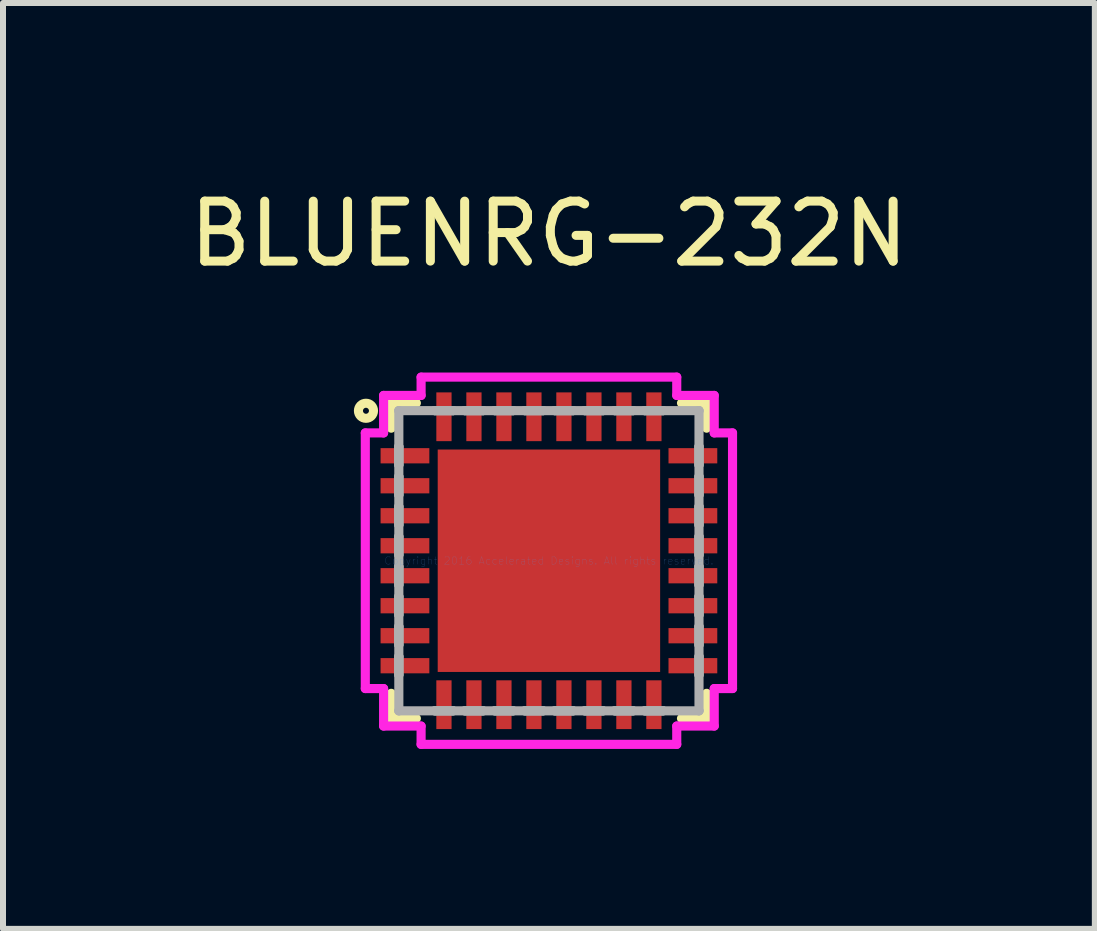
<source format=kicad_pcb>
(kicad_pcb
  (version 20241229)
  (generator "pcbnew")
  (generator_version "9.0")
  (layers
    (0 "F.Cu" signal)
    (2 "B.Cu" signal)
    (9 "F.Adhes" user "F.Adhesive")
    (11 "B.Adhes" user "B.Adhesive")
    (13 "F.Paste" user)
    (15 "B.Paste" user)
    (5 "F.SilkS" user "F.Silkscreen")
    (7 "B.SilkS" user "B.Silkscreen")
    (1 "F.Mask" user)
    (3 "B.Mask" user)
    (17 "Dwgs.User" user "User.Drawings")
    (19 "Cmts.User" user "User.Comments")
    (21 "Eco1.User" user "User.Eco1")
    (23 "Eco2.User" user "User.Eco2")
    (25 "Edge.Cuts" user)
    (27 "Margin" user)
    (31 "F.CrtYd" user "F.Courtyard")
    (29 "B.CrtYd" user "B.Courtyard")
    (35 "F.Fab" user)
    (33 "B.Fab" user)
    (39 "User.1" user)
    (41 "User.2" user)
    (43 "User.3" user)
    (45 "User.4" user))
  (footprint "BLUENRG-232N"
    (layer "F.Cu")
    (at 6.101 6.298)
    (property "Reference" "BLUENRG-232N" (at 0 -5.45 0) (layer "F.SilkS") (effects (font (size 1 1) (thickness 0.15))))
    (attr through_hole)
    (fp_line (start -2.629 -2.629) (end -2.629 -2.21) (stroke (width 0.152) (type solid)) (layer "F.SilkS"))
    (fp_line (start -2.629 2.21) (end -2.629 2.629) (stroke (width 0.152) (type solid)) (layer "F.SilkS"))
    (fp_line (start -2.629 2.629) (end -2.21 2.629) (stroke (width 0.152) (type solid)) (layer "F.SilkS"))
    (fp_line (start -2.21 -2.629) (end -2.629 -2.629) (stroke (width 0.152) (type solid)) (layer "F.SilkS"))
    (fp_line (start 2.21 2.629) (end 2.629 2.629) (stroke (width 0.152) (type solid)) (layer "F.SilkS"))
    (fp_line (start 2.629 -2.629) (end 2.21 -2.629) (stroke (width 0.152) (type solid)) (layer "F.SilkS"))
    (fp_line (start 2.629 -2.21) (end 2.629 -2.629) (stroke (width 0.152) (type solid)) (layer "F.SilkS"))
    (fp_line (start 2.629 2.629) (end 2.629 2.21) (stroke (width 0.152) (type solid)) (layer "F.SilkS"))
    (fp_circle (center -3.05 -2.5) (end -3 -2.5) (stroke (width 0.12) (type solid)) (fill no) (layer "F.SilkS"))
    (fp_circle (center -3.05 -2.5) (end -2.95 -2.6) (stroke (width 0.12) (type solid)) (fill no) (layer "F.SilkS"))
    (fp_line (start -1.754 -1.754) (end -1.754 -0.1) (stroke (width 0.152) (type solid)) (layer "F.Paste"))
    (fp_line (start -1.754 -0.1) (end -0.1 -0.1) (stroke (width 0.152) (type solid)) (layer "F.Paste"))
    (fp_line (start -1.754 0.1) (end -1.754 1.754) (stroke (width 0.152) (type solid)) (layer "F.Paste"))
    (fp_line (start -1.754 1.754) (end -0.1 1.754) (stroke (width 0.152) (type solid)) (layer "F.Paste"))
    (fp_line (start -0.1 -1.754) (end -1.754 -1.754) (stroke (width 0.152) (type solid)) (layer "F.Paste"))
    (fp_line (start -0.1 -0.1) (end -0.1 -1.754) (stroke (width 0.152) (type solid)) (layer "F.Paste"))
    (fp_line (start -0.1 0.1) (end -1.754 0.1) (stroke (width 0.152) (type solid)) (layer "F.Paste"))
    (fp_line (start -0.1 1.754) (end -0.1 0.1) (stroke (width 0.152) (type solid)) (layer "F.Paste"))
    (fp_line (start 0.1 -1.754) (end 0.1 -0.1) (stroke (width 0.152) (type solid)) (layer "F.Paste"))
    (fp_line (start 0.1 -0.1) (end 1.754 -0.1) (stroke (width 0.152) (type solid)) (layer "F.Paste"))
    (fp_line (start 0.1 0.1) (end 0.1 1.754) (stroke (width 0.152) (type solid)) (layer "F.Paste"))
    (fp_line (start 0.1 1.754) (end 1.754 1.754) (stroke (width 0.152) (type solid)) (layer "F.Paste"))
    (fp_line (start 1.754 -1.754) (end 0.1 -1.754) (stroke (width 0.152) (type solid)) (layer "F.Paste"))
    (fp_line (start 1.754 -0.1) (end 1.754 -1.754) (stroke (width 0.152) (type solid)) (layer "F.Paste"))
    (fp_line (start 1.754 0.1) (end 0.1 0.1) (stroke (width 0.152) (type solid)) (layer "F.Paste"))
    (fp_line (start 1.754 1.754) (end 1.754 0.1) (stroke (width 0.152) (type solid)) (layer "F.Paste"))
    (fp_line (start -3.061 -2.131) (end -2.756 -2.131) (stroke (width 0.152) (type solid)) (layer "F.CrtYd"))
    (fp_line (start -3.061 2.131) (end -3.061 -2.131) (stroke (width 0.152) (type solid)) (layer "F.CrtYd"))
    (fp_line (start -2.756 -2.756) (end -2.131 -2.756) (stroke (width 0.152) (type solid)) (layer "F.CrtYd"))
    (fp_line (start -2.756 -2.131) (end -2.756 -2.756) (stroke (width 0.152) (type solid)) (layer "F.CrtYd"))
    (fp_line (start -2.756 2.131) (end -3.061 2.131) (stroke (width 0.152) (type solid)) (layer "F.CrtYd"))
    (fp_line (start -2.756 2.756) (end -2.756 2.131) (stroke (width 0.152) (type solid)) (layer "F.CrtYd"))
    (fp_line (start -2.131 -3.061) (end 2.131 -3.061) (stroke (width 0.152) (type solid)) (layer "F.CrtYd"))
    (fp_line (start -2.131 -2.756) (end -2.131 -3.061) (stroke (width 0.152) (type solid)) (layer "F.CrtYd"))
    (fp_line (start -2.131 2.756) (end -2.756 2.756) (stroke (width 0.152) (type solid)) (layer "F.CrtYd"))
    (fp_line (start -2.131 3.061) (end -2.131 2.756) (stroke (width 0.152) (type solid)) (layer "F.CrtYd"))
    (fp_line (start 2.131 -3.061) (end 2.131 -2.756) (stroke (width 0.152) (type solid)) (layer "F.CrtYd"))
    (fp_line (start 2.131 -2.756) (end 2.756 -2.756) (stroke (width 0.152) (type solid)) (layer "F.CrtYd"))
    (fp_line (start 2.131 2.756) (end 2.131 3.061) (stroke (width 0.152) (type solid)) (layer "F.CrtYd"))
    (fp_line (start 2.131 3.061) (end -2.131 3.061) (stroke (width 0.152) (type solid)) (layer "F.CrtYd"))
    (fp_line (start 2.756 -2.756) (end 2.756 -2.131) (stroke (width 0.152) (type solid)) (layer "F.CrtYd"))
    (fp_line (start 2.756 -2.131) (end 3.061 -2.131) (stroke (width 0.152) (type solid)) (layer "F.CrtYd"))
    (fp_line (start 2.756 2.131) (end 2.756 2.756) (stroke (width 0.152) (type solid)) (layer "F.CrtYd"))
    (fp_line (start 2.756 2.756) (end 2.131 2.756) (stroke (width 0.152) (type solid)) (layer "F.CrtYd"))
    (fp_line (start 3.061 -2.131) (end 3.061 2.131) (stroke (width 0.152) (type solid)) (layer "F.CrtYd"))
    (fp_line (start 3.061 2.131) (end 2.756 2.131) (stroke (width 0.152) (type solid)) (layer "F.CrtYd"))
    (fp_line (start -2.502 -2.502) (end -2.502 -2.502) (stroke (width 0.152) (type solid)) (layer "F.Fab"))
    (fp_line (start -2.502 -2.502) (end -2.502 2.502) (stroke (width 0.152) (type solid)) (layer "F.Fab"))
    (fp_line (start -2.502 -1.902) (end -2.502 -1.902) (stroke (width 0.152) (type solid)) (layer "F.Fab"))
    (fp_line (start -2.502 -1.902) (end -2.502 -1.598) (stroke (width 0.152) (type solid)) (layer "F.Fab"))
    (fp_line (start -2.502 -1.598) (end -2.502 -1.902) (stroke (width 0.152) (type solid)) (layer "F.Fab"))
    (fp_line (start -2.502 -1.598) (end -2.502 -1.598) (stroke (width 0.152) (type solid)) (layer "F.Fab"))
    (fp_line (start -2.502 -1.402) (end -2.502 -1.402) (stroke (width 0.152) (type solid)) (layer "F.Fab"))
    (fp_line (start -2.502 -1.402) (end -2.502 -1.098) (stroke (width 0.152) (type solid)) (layer "F.Fab"))
    (fp_line (start -2.502 -1.098) (end -2.502 -1.402) (stroke (width 0.152) (type solid)) (layer "F.Fab"))
    (fp_line (start -2.502 -1.098) (end -2.502 -1.098) (stroke (width 0.152) (type solid)) (layer "F.Fab"))
    (fp_line (start -2.502 -0.902) (end -2.502 -0.902) (stroke (width 0.152) (type solid)) (layer "F.Fab"))
    (fp_line (start -2.502 -0.902) (end -2.502 -0.598) (stroke (width 0.152) (type solid)) (layer "F.Fab"))
    (fp_line (start -2.502 -0.598) (end -2.502 -0.902) (stroke (width 0.152) (type solid)) (layer "F.Fab"))
    (fp_line (start -2.502 -0.598) (end -2.502 -0.598) (stroke (width 0.152) (type solid)) (layer "F.Fab"))
    (fp_line (start -2.502 -0.402) (end -2.502 -0.402) (stroke (width 0.152) (type solid)) (layer "F.Fab"))
    (fp_line (start -2.502 -0.402) (end -2.502 -0.098) (stroke (width 0.152) (type solid)) (layer "F.Fab"))
    (fp_line (start -2.502 -0.098) (end -2.502 -0.402) (stroke (width 0.152) (type solid)) (layer "F.Fab"))
    (fp_line (start -2.502 -0.098) (end -2.502 -0.098) (stroke (width 0.152) (type solid)) (layer "F.Fab"))
    (fp_line (start -2.502 0.098) (end -2.502 0.098) (stroke (width 0.152) (type solid)) (layer "F.Fab"))
    (fp_line (start -2.502 0.098) (end -2.502 0.402) (stroke (width 0.152) (type solid)) (layer "F.Fab"))
    (fp_line (start -2.502 0.402) (end -2.502 0.098) (stroke (width 0.152) (type solid)) (layer "F.Fab"))
    (fp_line (start -2.502 0.402) (end -2.502 0.402) (stroke (width 0.152) (type solid)) (layer "F.Fab"))
    (fp_line (start -2.502 0.598) (end -2.502 0.598) (stroke (width 0.152) (type solid)) (layer "F.Fab"))
    (fp_line (start -2.502 0.598) (end -2.502 0.902) (stroke (width 0.152) (type solid)) (layer "F.Fab"))
    (fp_line (start -2.502 0.902) (end -2.502 0.598) (stroke (width 0.152) (type solid)) (layer "F.Fab"))
    (fp_line (start -2.502 0.902) (end -2.502 0.902) (stroke (width 0.152) (type solid)) (layer "F.Fab"))
    (fp_line (start -2.502 1.098) (end -2.502 1.098) (stroke (width 0.152) (type solid)) (layer "F.Fab"))
    (fp_line (start -2.502 1.098) (end -2.502 1.402) (stroke (width 0.152) (type solid)) (layer "F.Fab"))
    (fp_line (start -2.502 1.402) (end -2.502 1.098) (stroke (width 0.152) (type solid)) (layer "F.Fab"))
    (fp_line (start -2.502 1.402) (end -2.502 1.402) (stroke (width 0.152) (type solid)) (layer "F.Fab"))
    (fp_line (start -2.502 1.598) (end -2.502 1.598) (stroke (width 0.152) (type solid)) (layer "F.Fab"))
    (fp_line (start -2.502 1.598) (end -2.502 1.902) (stroke (width 0.152) (type solid)) (layer "F.Fab"))
    (fp_line (start -2.502 1.902) (end -2.502 1.598) (stroke (width 0.152) (type solid)) (layer "F.Fab"))
    (fp_line (start -2.502 1.902) (end -2.502 1.902) (stroke (width 0.152) (type solid)) (layer "F.Fab"))
    (fp_line (start -2.502 2.502) (end -2.502 2.502) (stroke (width 0.152) (type solid)) (layer "F.Fab"))
    (fp_line (start -2.502 2.502) (end 2.502 2.502) (stroke (width 0.152) (type solid)) (layer "F.Fab"))
    (fp_line (start -1.902 -2.502) (end -1.902 -2.502) (stroke (width 0.152) (type solid)) (layer "F.Fab"))
    (fp_line (start -1.902 -2.502) (end -1.598 -2.502) (stroke (width 0.152) (type solid)) (layer "F.Fab"))
    (fp_line (start -1.902 2.502) (end -1.902 2.502) (stroke (width 0.152) (type solid)) (layer "F.Fab"))
    (fp_line (start -1.902 2.502) (end -1.598 2.502) (stroke (width 0.152) (type solid)) (layer "F.Fab"))
    (fp_line (start -1.598 -2.502) (end -1.902 -2.502) (stroke (width 0.152) (type solid)) (layer "F.Fab"))
    (fp_line (start -1.598 -2.502) (end -1.598 -2.502) (stroke (width 0.152) (type solid)) (layer "F.Fab"))
    (fp_line (start -1.598 2.502) (end -1.902 2.502) (stroke (width 0.152) (type solid)) (layer "F.Fab"))
    (fp_line (start -1.598 2.502) (end -1.598 2.502) (stroke (width 0.152) (type solid)) (layer "F.Fab"))
    (fp_line (start -1.402 -2.502) (end -1.402 -2.502) (stroke (width 0.152) (type solid)) (layer "F.Fab"))
    (fp_line (start -1.402 -2.502) (end -1.098 -2.502) (stroke (width 0.152) (type solid)) (layer "F.Fab"))
    (fp_line (start -1.402 2.502) (end -1.402 2.502) (stroke (width 0.152) (type solid)) (layer "F.Fab"))
    (fp_line (start -1.402 2.502) (end -1.098 2.502) (stroke (width 0.152) (type solid)) (layer "F.Fab"))
    (fp_line (start -1.098 -2.502) (end -1.402 -2.502) (stroke (width 0.152) (type solid)) (layer "F.Fab"))
    (fp_line (start -1.098 -2.502) (end -1.098 -2.502) (stroke (width 0.152) (type solid)) (layer "F.Fab"))
    (fp_line (start -1.098 2.502) (end -1.402 2.502) (stroke (width 0.152) (type solid)) (layer "F.Fab"))
    (fp_line (start -1.098 2.502) (end -1.098 2.502) (stroke (width 0.152) (type solid)) (layer "F.Fab"))
    (fp_line (start -0.902 -2.502) (end -0.902 -2.502) (stroke (width 0.152) (type solid)) (layer "F.Fab"))
    (fp_line (start -0.902 -2.502) (end -0.598 -2.502) (stroke (width 0.152) (type solid)) (layer "F.Fab"))
    (fp_line (start -0.902 2.502) (end -0.902 2.502) (stroke (width 0.152) (type solid)) (layer "F.Fab"))
    (fp_line (start -0.902 2.502) (end -0.598 2.502) (stroke (width 0.152) (type solid)) (layer "F.Fab"))
    (fp_line (start -0.598 -2.502) (end -0.902 -2.502) (stroke (width 0.152) (type solid)) (layer "F.Fab"))
    (fp_line (start -0.598 -2.502) (end -0.598 -2.502) (stroke (width 0.152) (type solid)) (layer "F.Fab"))
    (fp_line (start -0.598 2.502) (end -0.902 2.502) (stroke (width 0.152) (type solid)) (layer "F.Fab"))
    (fp_line (start -0.598 2.502) (end -0.598 2.502) (stroke (width 0.152) (type solid)) (layer "F.Fab"))
    (fp_line (start -0.402 -2.502) (end -0.402 -2.502) (stroke (width 0.152) (type solid)) (layer "F.Fab"))
    (fp_line (start -0.402 -2.502) (end -0.098 -2.502) (stroke (width 0.152) (type solid)) (layer "F.Fab"))
    (fp_line (start -0.402 2.502) (end -0.402 2.502) (stroke (width 0.152) (type solid)) (layer "F.Fab"))
    (fp_line (start -0.402 2.502) (end -0.098 2.502) (stroke (width 0.152) (type solid)) (layer "F.Fab"))
    (fp_line (start -0.098 -2.502) (end -0.402 -2.502) (stroke (width 0.152) (type solid)) (layer "F.Fab"))
    (fp_line (start -0.098 -2.502) (end -0.098 -2.502) (stroke (width 0.152) (type solid)) (layer "F.Fab"))
    (fp_line (start -0.098 2.502) (end -0.402 2.502) (stroke (width 0.152) (type solid)) (layer "F.Fab"))
    (fp_line (start -0.098 2.502) (end -0.098 2.502) (stroke (width 0.152) (type solid)) (layer "F.Fab"))
    (fp_line (start 0.098 -2.502) (end 0.098 -2.502) (stroke (width 0.152) (type solid)) (layer "F.Fab"))
    (fp_line (start 0.098 -2.502) (end 0.402 -2.502) (stroke (width 0.152) (type solid)) (layer "F.Fab"))
    (fp_line (start 0.098 2.502) (end 0.098 2.502) (stroke (width 0.152) (type solid)) (layer "F.Fab"))
    (fp_line (start 0.098 2.502) (end 0.402 2.502) (stroke (width 0.152) (type solid)) (layer "F.Fab"))
    (fp_line (start 0.402 -2.502) (end 0.098 -2.502) (stroke (width 0.152) (type solid)) (layer "F.Fab"))
    (fp_line (start 0.402 -2.502) (end 0.402 -2.502) (stroke (width 0.152) (type solid)) (layer "F.Fab"))
    (fp_line (start 0.402 2.502) (end 0.098 2.502) (stroke (width 0.152) (type solid)) (layer "F.Fab"))
    (fp_line (start 0.402 2.502) (end 0.402 2.502) (stroke (width 0.152) (type solid)) (layer "F.Fab"))
    (fp_line (start 0.598 -2.502) (end 0.598 -2.502) (stroke (width 0.152) (type solid)) (layer "F.Fab"))
    (fp_line (start 0.598 -2.502) (end 0.902 -2.502) (stroke (width 0.152) (type solid)) (layer "F.Fab"))
    (fp_line (start 0.598 2.502) (end 0.598 2.502) (stroke (width 0.152) (type solid)) (layer "F.Fab"))
    (fp_line (start 0.598 2.502) (end 0.902 2.502) (stroke (width 0.152) (type solid)) (layer "F.Fab"))
    (fp_line (start 0.902 -2.502) (end 0.598 -2.502) (stroke (width 0.152) (type solid)) (layer "F.Fab"))
    (fp_line (start 0.902 -2.502) (end 0.902 -2.502) (stroke (width 0.152) (type solid)) (layer "F.Fab"))
    (fp_line (start 0.902 2.502) (end 0.598 2.502) (stroke (width 0.152) (type solid)) (layer "F.Fab"))
    (fp_line (start 0.902 2.502) (end 0.902 2.502) (stroke (width 0.152) (type solid)) (layer "F.Fab"))
    (fp_line (start 1.098 -2.502) (end 1.098 -2.502) (stroke (width 0.152) (type solid)) (layer "F.Fab"))
    (fp_line (start 1.098 -2.502) (end 1.402 -2.502) (stroke (width 0.152) (type solid)) (layer "F.Fab"))
    (fp_line (start 1.098 2.502) (end 1.098 2.502) (stroke (width 0.152) (type solid)) (layer "F.Fab"))
    (fp_line (start 1.098 2.502) (end 1.402 2.502) (stroke (width 0.152) (type solid)) (layer "F.Fab"))
    (fp_line (start 1.402 -2.502) (end 1.098 -2.502) (stroke (width 0.152) (type solid)) (layer "F.Fab"))
    (fp_line (start 1.402 -2.502) (end 1.402 -2.502) (stroke (width 0.152) (type solid)) (layer "F.Fab"))
    (fp_line (start 1.402 2.502) (end 1.098 2.502) (stroke (width 0.152) (type solid)) (layer "F.Fab"))
    (fp_line (start 1.402 2.502) (end 1.402 2.502) (stroke (width 0.152) (type solid)) (layer "F.Fab"))
    (fp_line (start 1.598 -2.502) (end 1.598 -2.502) (stroke (width 0.152) (type solid)) (layer "F.Fab"))
    (fp_line (start 1.598 -2.502) (end 1.902 -2.502) (stroke (width 0.152) (type solid)) (layer "F.Fab"))
    (fp_line (start 1.598 2.502) (end 1.598 2.502) (stroke (width 0.152) (type solid)) (layer "F.Fab"))
    (fp_line (start 1.598 2.502) (end 1.902 2.502) (stroke (width 0.152) (type solid)) (layer "F.Fab"))
    (fp_line (start 1.902 -2.502) (end 1.598 -2.502) (stroke (width 0.152) (type solid)) (layer "F.Fab"))
    (fp_line (start 1.902 -2.502) (end 1.902 -2.502) (stroke (width 0.152) (type solid)) (layer "F.Fab"))
    (fp_line (start 1.902 2.502) (end 1.598 2.502) (stroke (width 0.152) (type solid)) (layer "F.Fab"))
    (fp_line (start 1.902 2.502) (end 1.902 2.502) (stroke (width 0.152) (type solid)) (layer "F.Fab"))
    (fp_line (start 2.502 -2.502) (end -2.502 -2.502) (stroke (width 0.152) (type solid)) (layer "F.Fab"))
    (fp_line (start 2.502 -2.502) (end 2.502 -2.502) (stroke (width 0.152) (type solid)) (layer "F.Fab"))
    (fp_line (start 2.502 -1.902) (end 2.502 -1.902) (stroke (width 0.152) (type solid)) (layer "F.Fab"))
    (fp_line (start 2.502 -1.902) (end 2.502 -1.598) (stroke (width 0.152) (type solid)) (layer "F.Fab"))
    (fp_line (start 2.502 -1.598) (end 2.502 -1.902) (stroke (width 0.152) (type solid)) (layer "F.Fab"))
    (fp_line (start 2.502 -1.598) (end 2.502 -1.598) (stroke (width 0.152) (type solid)) (layer "F.Fab"))
    (fp_line (start 2.502 -1.402) (end 2.502 -1.402) (stroke (width 0.152) (type solid)) (layer "F.Fab"))
    (fp_line (start 2.502 -1.402) (end 2.502 -1.098) (stroke (width 0.152) (type solid)) (layer "F.Fab"))
    (fp_line (start 2.502 -1.098) (end 2.502 -1.402) (stroke (width 0.152) (type solid)) (layer "F.Fab"))
    (fp_line (start 2.502 -1.098) (end 2.502 -1.098) (stroke (width 0.152) (type solid)) (layer "F.Fab"))
    (fp_line (start 2.502 -0.902) (end 2.502 -0.902) (stroke (width 0.152) (type solid)) (layer "F.Fab"))
    (fp_line (start 2.502 -0.902) (end 2.502 -0.598) (stroke (width 0.152) (type solid)) (layer "F.Fab"))
    (fp_line (start 2.502 -0.598) (end 2.502 -0.902) (stroke (width 0.152) (type solid)) (layer "F.Fab"))
    (fp_line (start 2.502 -0.598) (end 2.502 -0.598) (stroke (width 0.152) (type solid)) (layer "F.Fab"))
    (fp_line (start 2.502 -0.402) (end 2.502 -0.402) (stroke (width 0.152) (type solid)) (layer "F.Fab"))
    (fp_line (start 2.502 -0.402) (end 2.502 -0.098) (stroke (width 0.152) (type solid)) (layer "F.Fab"))
    (fp_line (start 2.502 -0.098) (end 2.502 -0.402) (stroke (width 0.152) (type solid)) (layer "F.Fab"))
    (fp_line (start 2.502 -0.098) (end 2.502 -0.098) (stroke (width 0.152) (type solid)) (layer "F.Fab"))
    (fp_line (start 2.502 0.098) (end 2.502 0.098) (stroke (width 0.152) (type solid)) (layer "F.Fab"))
    (fp_line (start 2.502 0.098) (end 2.502 0.402) (stroke (width 0.152) (type solid)) (layer "F.Fab"))
    (fp_line (start 2.502 0.402) (end 2.502 0.098) (stroke (width 0.152) (type solid)) (layer "F.Fab"))
    (fp_line (start 2.502 0.402) (end 2.502 0.402) (stroke (width 0.152) (type solid)) (layer "F.Fab"))
    (fp_line (start 2.502 0.598) (end 2.502 0.598) (stroke (width 0.152) (type solid)) (layer "F.Fab"))
    (fp_line (start 2.502 0.598) (end 2.502 0.902) (stroke (width 0.152) (type solid)) (layer "F.Fab"))
    (fp_line (start 2.502 0.902) (end 2.502 0.598) (stroke (width 0.152) (type solid)) (layer "F.Fab"))
    (fp_line (start 2.502 0.902) (end 2.502 0.902) (stroke (width 0.152) (type solid)) (layer "F.Fab"))
    (fp_line (start 2.502 1.098) (end 2.502 1.098) (stroke (width 0.152) (type solid)) (layer "F.Fab"))
    (fp_line (start 2.502 1.098) (end 2.502 1.402) (stroke (width 0.152) (type solid)) (layer "F.Fab"))
    (fp_line (start 2.502 1.402) (end 2.502 1.098) (stroke (width 0.152) (type solid)) (layer "F.Fab"))
    (fp_line (start 2.502 1.402) (end 2.502 1.402) (stroke (width 0.152) (type solid)) (layer "F.Fab"))
    (fp_line (start 2.502 1.598) (end 2.502 1.598) (stroke (width 0.152) (type solid)) (layer "F.Fab"))
    (fp_line (start 2.502 1.598) (end 2.502 1.902) (stroke (width 0.152) (type solid)) (layer "F.Fab"))
    (fp_line (start 2.502 1.902) (end 2.502 1.598) (stroke (width 0.152) (type solid)) (layer "F.Fab"))
    (fp_line (start 2.502 1.902) (end 2.502 1.902) (stroke (width 0.152) (type solid)) (layer "F.Fab"))
    (fp_line (start 2.502 2.502) (end 2.502 -2.502) (stroke (width 0.152) (type solid)) (layer "F.Fab"))
    (fp_line (start 2.502 2.502) (end 2.502 2.502) (stroke (width 0.152) (type solid)) (layer "F.Fab"))
    (fp_text user "Copyright 2016 Accelerated Designs. All rights reserved." (at 0 0 0) (layer "Cmts.User") (effects (font (size 0.127 0.127) (thickness 0.002))))
    (pad "1" smd rect (at -2.4 -1.75 90) (size 0.254 0.813) (layers "F.Cu" "F.Mask" "F.Paste"))
    (pad "2" smd rect (at -2.4 -1.25 90) (size 0.254 0.813) (layers "F.Cu" "F.Mask" "F.Paste"))
    (pad "3" smd rect (at -2.4 -0.75 90) (size 0.254 0.813) (layers "F.Cu" "F.Mask" "F.Paste"))
    (pad "4" smd rect (at -2.4 -0.25 90) (size 0.254 0.813) (layers "F.Cu" "F.Mask" "F.Paste"))
    (pad "5" smd rect (at -2.4 0.25 90) (size 0.254 0.813) (layers "F.Cu" "F.Mask" "F.Paste"))
    (pad "6" smd rect (at -2.4 0.75 90) (size 0.254 0.813) (layers "F.Cu" "F.Mask" "F.Paste"))
    (pad "7" smd rect (at -2.4 1.25 90) (size 0.254 0.813) (layers "F.Cu" "F.Mask" "F.Paste"))
    (pad "8" smd rect (at -2.4 1.75 90) (size 0.254 0.813) (layers "F.Cu" "F.Mask" "F.Paste"))
    (pad "9" smd rect (at -1.75 2.4) (size 0.254 0.813) (layers "F.Cu" "F.Mask" "F.Paste"))
    (pad "10" smd rect (at -1.25 2.4) (size 0.254 0.813) (layers "F.Cu" "F.Mask" "F.Paste"))
    (pad "11" smd rect (at -0.75 2.4) (size 0.254 0.813) (layers "F.Cu" "F.Mask" "F.Paste"))
    (pad "12" smd rect (at -0.25 2.4) (size 0.254 0.813) (layers "F.Cu" "F.Mask" "F.Paste"))
    (pad "13" smd rect (at 0.25 2.4) (size 0.254 0.813) (layers "F.Cu" "F.Mask" "F.Paste"))
    (pad "14" smd rect (at 0.75 2.4) (size 0.254 0.813) (layers "F.Cu" "F.Mask" "F.Paste"))
    (pad "15" smd rect (at 1.25 2.4) (size 0.254 0.813) (layers "F.Cu" "F.Mask" "F.Paste"))
    (pad "16" smd rect (at 1.75 2.4) (size 0.254 0.813) (layers "F.Cu" "F.Mask" "F.Paste"))
    (pad "17" smd rect (at 2.4 1.75 90) (size 0.254 0.813) (layers "F.Cu" "F.Mask" "F.Paste"))
    (pad "18" smd rect (at 2.4 1.25 90) (size 0.254 0.813) (layers "F.Cu" "F.Mask" "F.Paste"))
    (pad "19" smd rect (at 2.4 0.75 90) (size 0.254 0.813) (layers "F.Cu" "F.Mask" "F.Paste"))
    (pad "20" smd rect (at 2.4 0.25 90) (size 0.254 0.813) (layers "F.Cu" "F.Mask" "F.Paste"))
    (pad "21" smd rect (at 2.4 -0.25 90) (size 0.254 0.813) (layers "F.Cu" "F.Mask" "F.Paste"))
    (pad "22" smd rect (at 2.4 -0.75 90) (size 0.254 0.813) (layers "F.Cu" "F.Mask" "F.Paste"))
    (pad "23" smd rect (at 2.4 -1.25 90) (size 0.254 0.813) (layers "F.Cu" "F.Mask" "F.Paste"))
    (pad "24" smd rect (at 2.4 -1.75 90) (size 0.254 0.813) (layers "F.Cu" "F.Mask" "F.Paste"))
    (pad "25" smd rect (at 1.75 -2.4) (size 0.254 0.813) (layers "F.Cu" "F.Mask" "F.Paste"))
    (pad "26" smd rect (at 1.25 -2.4) (size 0.254 0.813) (layers "F.Cu" "F.Mask" "F.Paste"))
    (pad "27" smd rect (at 0.75 -2.4) (size 0.254 0.813) (layers "F.Cu" "F.Mask" "F.Paste"))
    (pad "28" smd rect (at 0.25 -2.4) (size 0.254 0.813) (layers "F.Cu" "F.Mask" "F.Paste"))
    (pad "29" smd rect (at -0.25 -2.4) (size 0.254 0.813) (layers "F.Cu" "F.Mask" "F.Paste"))
    (pad "30" smd rect (at -0.75 -2.4) (size 0.254 0.813) (layers "F.Cu" "F.Mask" "F.Paste"))
    (pad "31" smd rect (at -1.25 -2.4) (size 0.254 0.813) (layers "F.Cu" "F.Mask" "F.Paste"))
    (pad "32" smd rect (at -1.75 -2.4) (size 0.254 0.813) (layers "F.Cu" "F.Mask" "F.Paste"))
    (pad "33" smd rect (at 0 0) (size 3.708 3.708) (layers "F.Cu" "F.Mask" "F.Paste")))
  (gr_rect
    (start -3 -3)
    (end 15.202 12.435)
    (stroke (width 0.1) (type default))
    (fill no)
    (layer "Edge.Cuts")))
</source>
